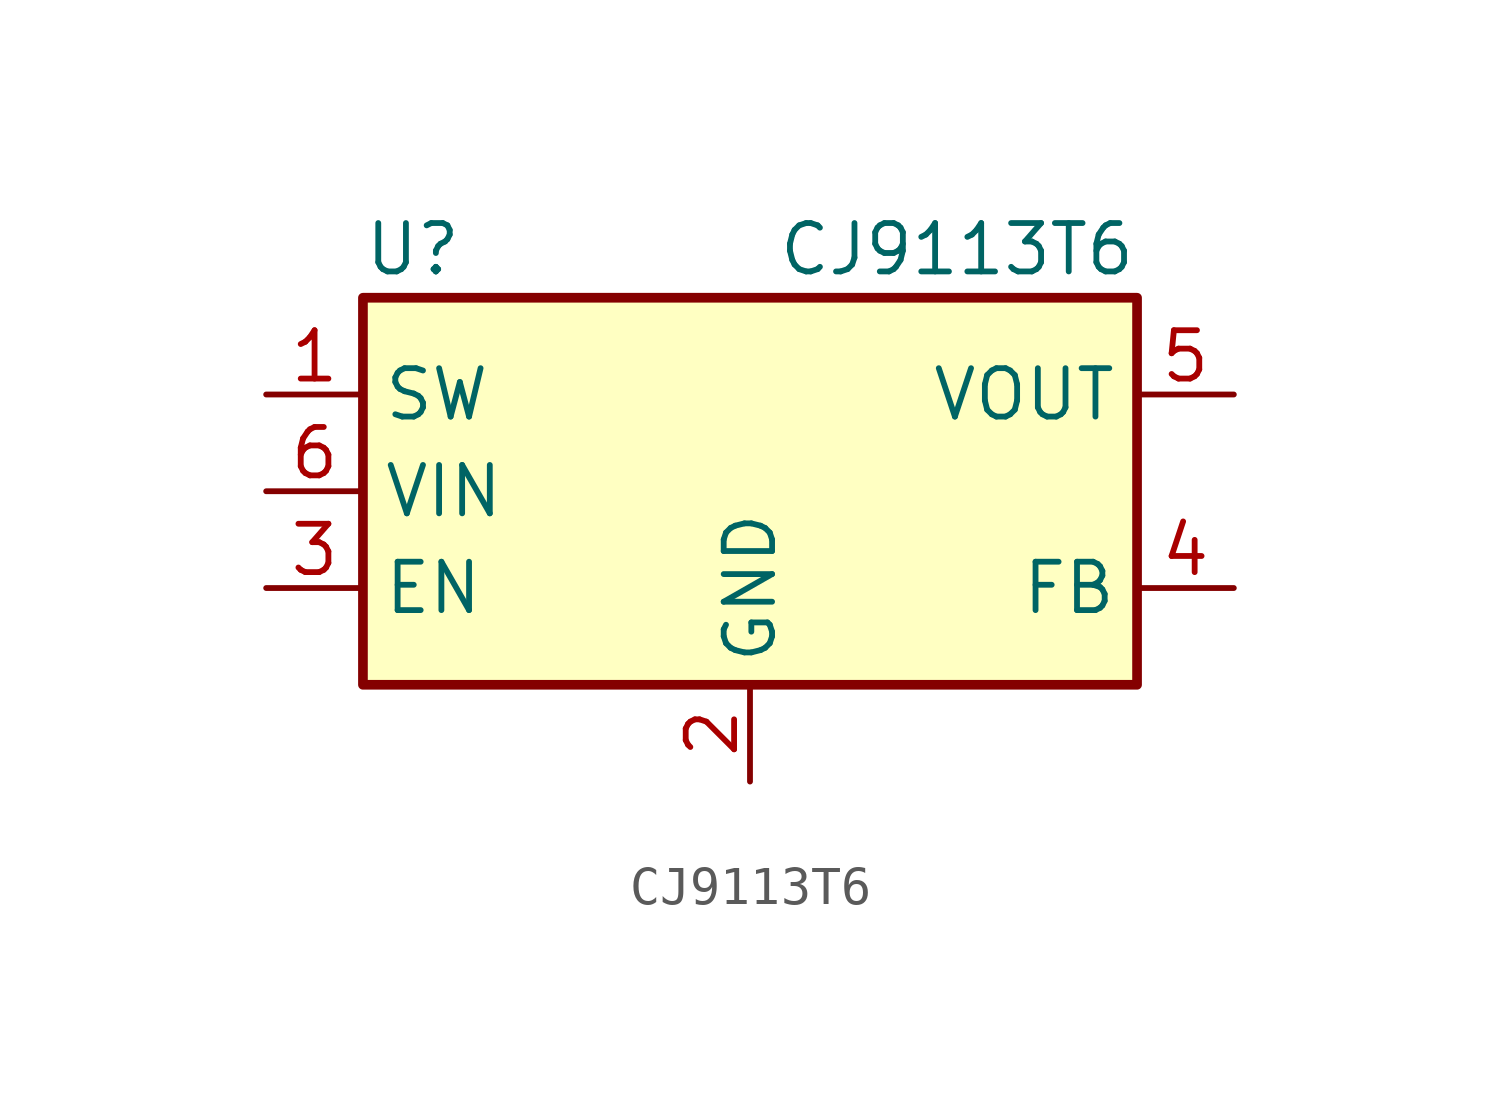
<source format=kicad_sym>
(kicad_symbol_lib
  (version 20211014)
  (generator kicad_symbol_editor)
  (symbol "CJ9113T6"
    (property "Reference" "U"
      (at -10.16 6.35 0)
      (effects (font (size 1.27 1.27)) (justify left)))
    (property "Value" "CJ9113T6"
      (at 10.16 6.35 0)
      (effects (font (size 1.27 1.27)) (justify right)))
    (symbol "CJ9113T6_0_1"
      (rectangle (start -10.16 5.08) (end 10.16 -5.08) (stroke (width 0.254) (type default) (color 0 0 0 0)) (fill (type background))))
    (symbol "CJ9113T6_1_1"
      (pin input line (at -12.7 2.54 0) (length 2.54) (name "SW" (effects (font (size 1.27 1.27)))) (number "1" (effects (font (size 1.27 1.27)))))
      (pin power_in line (at 0 -7.62 90) (length 2.54) (name "GND" (effects (font (size 1.27 1.27)))) (number "2" (effects (font (size 1.27 1.27)))))
      (pin input line (at -12.7 -2.54 0) (length 2.54) (name "EN" (effects (font (size 1.27 1.27)))) (number "3" (effects (font (size 1.27 1.27)))))
      (pin input line (at 12.7 -2.54 180) (length 2.54) (name "FB" (effects (font (size 1.27 1.27)))) (number "4" (effects (font (size 1.27 1.27)))))
      (pin power_out line (at 12.7 2.54 180) (length 2.54) (name "VOUT" (effects (font (size 1.27 1.27)))) (number "5" (effects (font (size 1.27 1.27)))))
      (pin power_in line (at -12.7 0 0) (length 2.54) (name "VIN" (effects (font (size 1.27 1.27)))) (number "6" (effects (font (size 1.27 1.27))))))))
</source>
